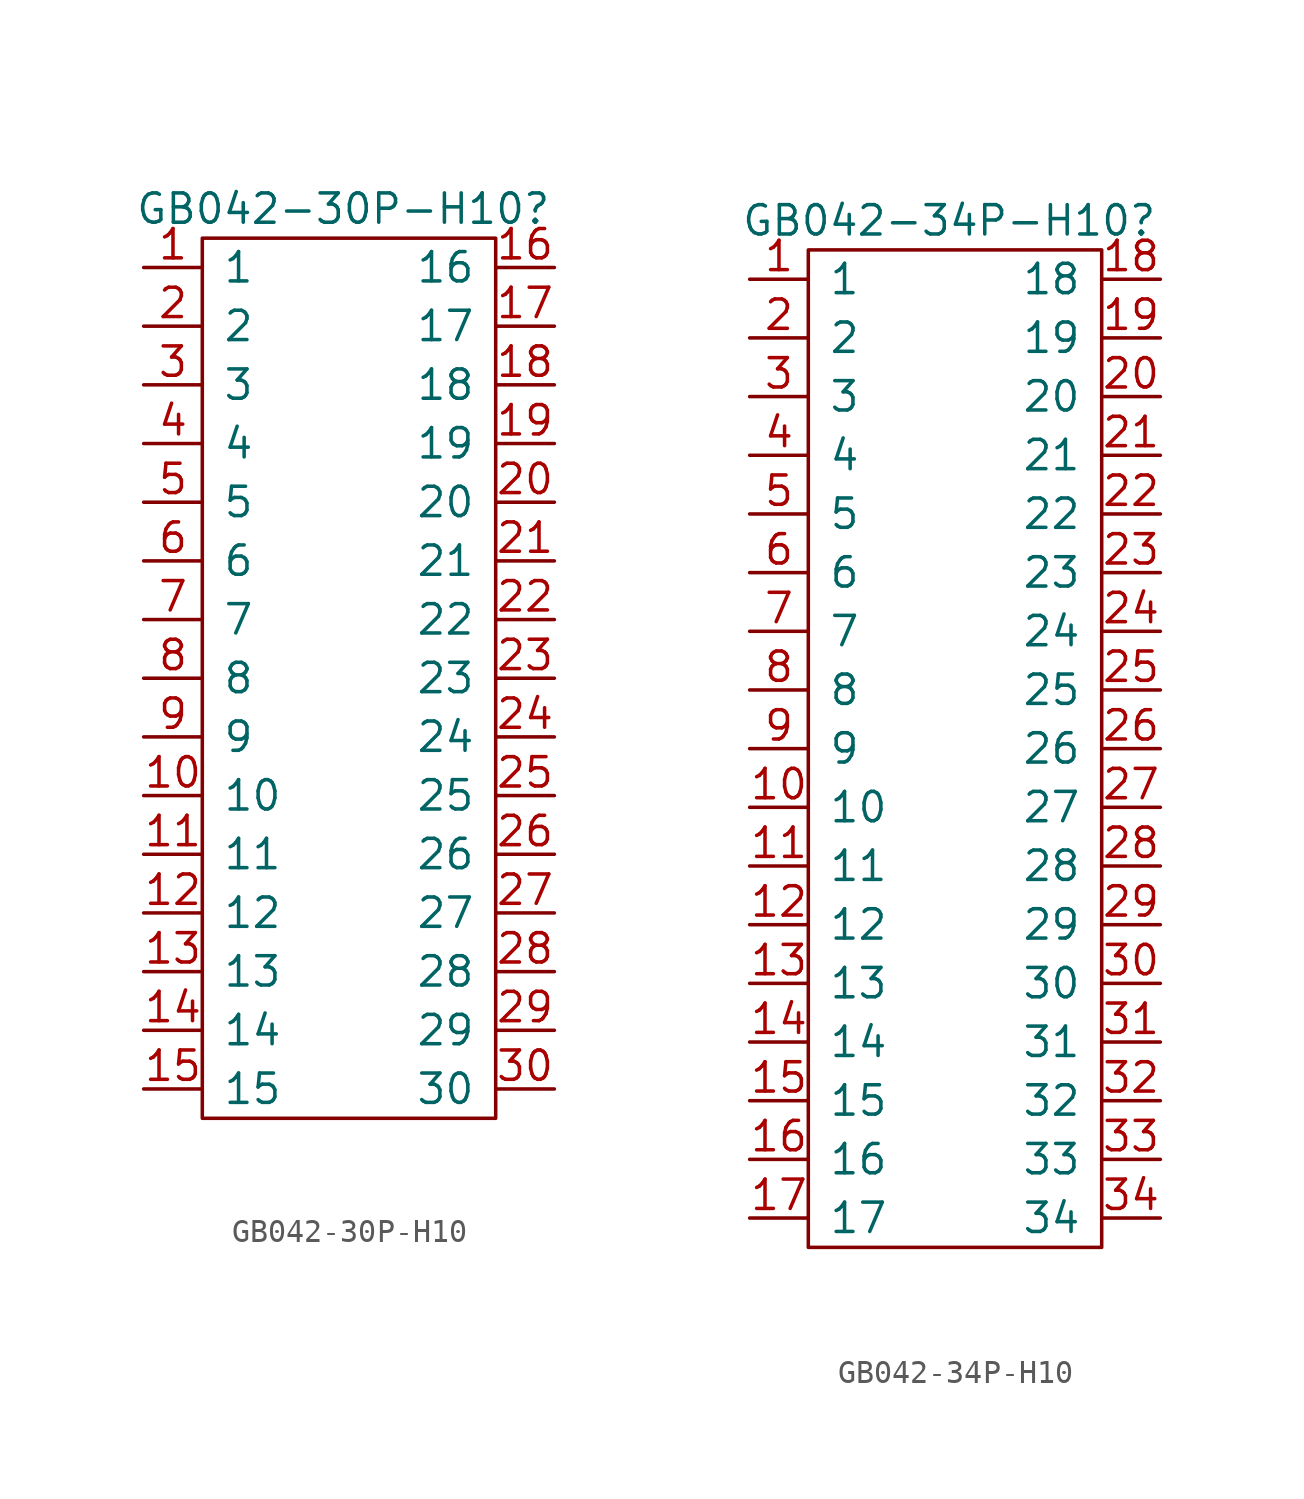
<source format=kicad_sym>
(kicad_symbol_lib
  (version 20241209)
  (generator "kicad_symbol_editor")
  (generator_version "9.0")
  (symbol "GB042-30P-H10"
    (pin_names
      (offset 0.864))
    (property "Reference" "GB042-30P-H10"
      (at -0.254 19.05 0)
      (effects (font (size 1.27 1.27))))
    (property "Value" ""
      (at 0 0 0)
      (effects (font (size 1.27 1.27))))
    (symbol "GB042-30P-H10_0_0"
      (pin passive line (at -8.89 16.51 0) (length 2.54) (name "1" (effects (font (size 1.27 1.27)))) (number "1" (effects (font (size 1.27 1.27)))))
      (pin passive line (at -8.89 13.97 0) (length 2.54) (name "2" (effects (font (size 1.27 1.27)))) (number "2" (effects (font (size 1.27 1.27)))))
      (pin passive line (at -8.89 11.43 0) (length 2.54) (name "3" (effects (font (size 1.27 1.27)))) (number "3" (effects (font (size 1.27 1.27)))))
      (pin passive line (at -8.89 8.89 0) (length 2.54) (name "4" (effects (font (size 1.27 1.27)))) (number "4" (effects (font (size 1.27 1.27)))))
      (pin passive line (at -8.89 6.35 0) (length 2.54) (name "5" (effects (font (size 1.27 1.27)))) (number "5" (effects (font (size 1.27 1.27)))))
      (pin passive line (at -8.89 3.81 0) (length 2.54) (name "6" (effects (font (size 1.27 1.27)))) (number "6" (effects (font (size 1.27 1.27)))))
      (pin passive line (at -8.89 1.27 0) (length 2.54) (name "7" (effects (font (size 1.27 1.27)))) (number "7" (effects (font (size 1.27 1.27)))))
      (pin passive line (at -8.89 -1.27 0) (length 2.54) (name "8" (effects (font (size 1.27 1.27)))) (number "8" (effects (font (size 1.27 1.27)))))
      (pin passive line (at -8.89 -3.81 0) (length 2.54) (name "9" (effects (font (size 1.27 1.27)))) (number "9" (effects (font (size 1.27 1.27)))))
      (pin passive line (at -8.89 -6.35 0) (length 2.54) (name "10" (effects (font (size 1.27 1.27)))) (number "10" (effects (font (size 1.27 1.27)))))
      (pin passive line (at -8.89 -8.89 0) (length 2.54) (name "11" (effects (font (size 1.27 1.27)))) (number "11" (effects (font (size 1.27 1.27)))))
      (pin passive line (at -8.89 -11.43 0) (length 2.54) (name "12" (effects (font (size 1.27 1.27)))) (number "12" (effects (font (size 1.27 1.27)))))
      (pin passive line (at -8.89 -13.97 0) (length 2.54) (name "13" (effects (font (size 1.27 1.27)))) (number "13" (effects (font (size 1.27 1.27)))))
      (pin passive line (at -8.89 -16.51 0) (length 2.54) (name "14" (effects (font (size 1.27 1.27)))) (number "14" (effects (font (size 1.27 1.27)))))
      (pin passive line (at -8.89 -19.05 0) (length 2.54) (name "15" (effects (font (size 1.27 1.27)))) (number "15" (effects (font (size 1.27 1.27)))))
      (pin passive line (at 8.89 16.51 180) (length 2.54) (name "16" (effects (font (size 1.27 1.27)))) (number "16" (effects (font (size 1.27 1.27)))))
      (pin passive line (at 8.89 13.97 180) (length 2.54) (name "17" (effects (font (size 1.27 1.27)))) (number "17" (effects (font (size 1.27 1.27)))))
      (pin passive line (at 8.89 11.43 180) (length 2.54) (name "18" (effects (font (size 1.27 1.27)))) (number "18" (effects (font (size 1.27 1.27)))))
      (pin passive line (at 8.89 8.89 180) (length 2.54) (name "19" (effects (font (size 1.27 1.27)))) (number "19" (effects (font (size 1.27 1.27)))))
      (pin passive line (at 8.89 6.35 180) (length 2.54) (name "20" (effects (font (size 1.27 1.27)))) (number "20" (effects (font (size 1.27 1.27)))))
      (pin passive line (at 8.89 3.81 180) (length 2.54) (name "21" (effects (font (size 1.27 1.27)))) (number "21" (effects (font (size 1.27 1.27)))))
      (pin passive line (at 8.89 1.27 180) (length 2.54) (name "22" (effects (font (size 1.27 1.27)))) (number "22" (effects (font (size 1.27 1.27)))))
      (pin passive line (at 8.89 -1.27 180) (length 2.54) (name "23" (effects (font (size 1.27 1.27)))) (number "23" (effects (font (size 1.27 1.27)))))
      (pin passive line (at 8.89 -3.81 180) (length 2.54) (name "24" (effects (font (size 1.27 1.27)))) (number "24" (effects (font (size 1.27 1.27)))))
      (pin passive line (at 8.89 -6.35 180) (length 2.54) (name "25" (effects (font (size 1.27 1.27)))) (number "25" (effects (font (size 1.27 1.27)))))
      (pin passive line (at 8.89 -8.89 180) (length 2.54) (name "26" (effects (font (size 1.27 1.27)))) (number "26" (effects (font (size 1.27 1.27)))))
      (pin passive line (at 8.89 -11.43 180) (length 2.54) (name "27" (effects (font (size 1.27 1.27)))) (number "27" (effects (font (size 1.27 1.27)))))
      (pin passive line (at 8.89 -13.97 180) (length 2.54) (name "28" (effects (font (size 1.27 1.27)))) (number "28" (effects (font (size 1.27 1.27)))))
      (pin passive line (at 8.89 -16.51 180) (length 2.54) (name "29" (effects (font (size 1.27 1.27)))) (number "29" (effects (font (size 1.27 1.27)))))
      (pin passive line (at 8.89 -19.05 180) (length 2.54) (name "30" (effects (font (size 1.27 1.27)))) (number "30" (effects (font (size 1.27 1.27))))))
    (symbol "GB042-30P-H10_0_1"
      (rectangle (start -6.35 17.78) (end 6.35 -20.32) (stroke (width 0) (type default)) (fill (type none)))))
  (symbol "GB042-34P-H10"
    (pin_names
      (offset 0.864))
    (property "Reference" "GB042-34P-H10"
      (at -0.254 24.13 0)
      (effects (font (size 1.27 1.27))))
    (property "Value" ""
      (at 0 0 0)
      (effects (font (size 1.27 1.27))))
    (symbol "GB042-34P-H10_0_0"
      (pin passive line (at -8.89 21.59 0) (length 2.54) (name "1" (effects (font (size 1.27 1.27)))) (number "1" (effects (font (size 1.27 1.27)))))
      (pin passive line (at -8.89 19.05 0) (length 2.54) (name "2" (effects (font (size 1.27 1.27)))) (number "2" (effects (font (size 1.27 1.27)))))
      (pin passive line (at -8.89 16.51 0) (length 2.54) (name "3" (effects (font (size 1.27 1.27)))) (number "3" (effects (font (size 1.27 1.27)))))
      (pin passive line (at -8.89 13.97 0) (length 2.54) (name "4" (effects (font (size 1.27 1.27)))) (number "4" (effects (font (size 1.27 1.27)))))
      (pin passive line (at -8.89 11.43 0) (length 2.54) (name "5" (effects (font (size 1.27 1.27)))) (number "5" (effects (font (size 1.27 1.27)))))
      (pin passive line (at -8.89 8.89 0) (length 2.54) (name "6" (effects (font (size 1.27 1.27)))) (number "6" (effects (font (size 1.27 1.27)))))
      (pin passive line (at -8.89 6.35 0) (length 2.54) (name "7" (effects (font (size 1.27 1.27)))) (number "7" (effects (font (size 1.27 1.27)))))
      (pin passive line (at -8.89 3.81 0) (length 2.54) (name "8" (effects (font (size 1.27 1.27)))) (number "8" (effects (font (size 1.27 1.27)))))
      (pin passive line (at -8.89 1.27 0) (length 2.54) (name "9" (effects (font (size 1.27 1.27)))) (number "9" (effects (font (size 1.27 1.27)))))
      (pin passive line (at -8.89 -1.27 0) (length 2.54) (name "10" (effects (font (size 1.27 1.27)))) (number "10" (effects (font (size 1.27 1.27)))))
      (pin passive line (at -8.89 -3.81 0) (length 2.54) (name "11" (effects (font (size 1.27 1.27)))) (number "11" (effects (font (size 1.27 1.27)))))
      (pin passive line (at -8.89 -6.35 0) (length 2.54) (name "12" (effects (font (size 1.27 1.27)))) (number "12" (effects (font (size 1.27 1.27)))))
      (pin passive line (at -8.89 -8.89 0) (length 2.54) (name "13" (effects (font (size 1.27 1.27)))) (number "13" (effects (font (size 1.27 1.27)))))
      (pin passive line (at -8.89 -11.43 0) (length 2.54) (name "14" (effects (font (size 1.27 1.27)))) (number "14" (effects (font (size 1.27 1.27)))))
      (pin passive line (at -8.89 -13.97 0) (length 2.54) (name "15" (effects (font (size 1.27 1.27)))) (number "15" (effects (font (size 1.27 1.27)))))
      (pin passive line (at -8.89 -16.51 0) (length 2.54) (name "16" (effects (font (size 1.27 1.27)))) (number "16" (effects (font (size 1.27 1.27)))))
      (pin passive line (at -8.89 -19.05 0) (length 2.54) (name "17" (effects (font (size 1.27 1.27)))) (number "17" (effects (font (size 1.27 1.27)))))
      (pin passive line (at 8.89 21.59 180) (length 2.54) (name "18" (effects (font (size 1.27 1.27)))) (number "18" (effects (font (size 1.27 1.27)))))
      (pin passive line (at 8.89 19.05 180) (length 2.54) (name "19" (effects (font (size 1.27 1.27)))) (number "19" (effects (font (size 1.27 1.27)))))
      (pin passive line (at 8.89 16.51 180) (length 2.54) (name "20" (effects (font (size 1.27 1.27)))) (number "20" (effects (font (size 1.27 1.27)))))
      (pin passive line (at 8.89 13.97 180) (length 2.54) (name "21" (effects (font (size 1.27 1.27)))) (number "21" (effects (font (size 1.27 1.27)))))
      (pin passive line (at 8.89 11.43 180) (length 2.54) (name "22" (effects (font (size 1.27 1.27)))) (number "22" (effects (font (size 1.27 1.27)))))
      (pin passive line (at 8.89 8.89 180) (length 2.54) (name "23" (effects (font (size 1.27 1.27)))) (number "23" (effects (font (size 1.27 1.27)))))
      (pin passive line (at 8.89 6.35 180) (length 2.54) (name "24" (effects (font (size 1.27 1.27)))) (number "24" (effects (font (size 1.27 1.27)))))
      (pin passive line (at 8.89 3.81 180) (length 2.54) (name "25" (effects (font (size 1.27 1.27)))) (number "25" (effects (font (size 1.27 1.27)))))
      (pin passive line (at 8.89 1.27 180) (length 2.54) (name "26" (effects (font (size 1.27 1.27)))) (number "26" (effects (font (size 1.27 1.27)))))
      (pin passive line (at 8.89 -1.27 180) (length 2.54) (name "27" (effects (font (size 1.27 1.27)))) (number "27" (effects (font (size 1.27 1.27)))))
      (pin passive line (at 8.89 -3.81 180) (length 2.54) (name "28" (effects (font (size 1.27 1.27)))) (number "28" (effects (font (size 1.27 1.27)))))
      (pin passive line (at 8.89 -6.35 180) (length 2.54) (name "29" (effects (font (size 1.27 1.27)))) (number "29" (effects (font (size 1.27 1.27)))))
      (pin passive line (at 8.89 -8.89 180) (length 2.54) (name "30" (effects (font (size 1.27 1.27)))) (number "30" (effects (font (size 1.27 1.27)))))
      (pin passive line (at 8.89 -11.43 180) (length 2.54) (name "31" (effects (font (size 1.27 1.27)))) (number "31" (effects (font (size 1.27 1.27)))))
      (pin passive line (at 8.89 -13.97 180) (length 2.54) (name "32" (effects (font (size 1.27 1.27)))) (number "32" (effects (font (size 1.27 1.27)))))
      (pin passive line (at 8.89 -16.51 180) (length 2.54) (name "33" (effects (font (size 1.27 1.27)))) (number "33" (effects (font (size 1.27 1.27)))))
      (pin passive line (at 8.89 -19.05 180) (length 2.54) (name "34" (effects (font (size 1.27 1.27)))) (number "34" (effects (font (size 1.27 1.27))))))
    (symbol "GB042-34P-H10_0_1"
      (rectangle (start -6.35 22.86) (end 6.35 -20.32) (stroke (width 0) (type default)) (fill (type none))))))
</source>
